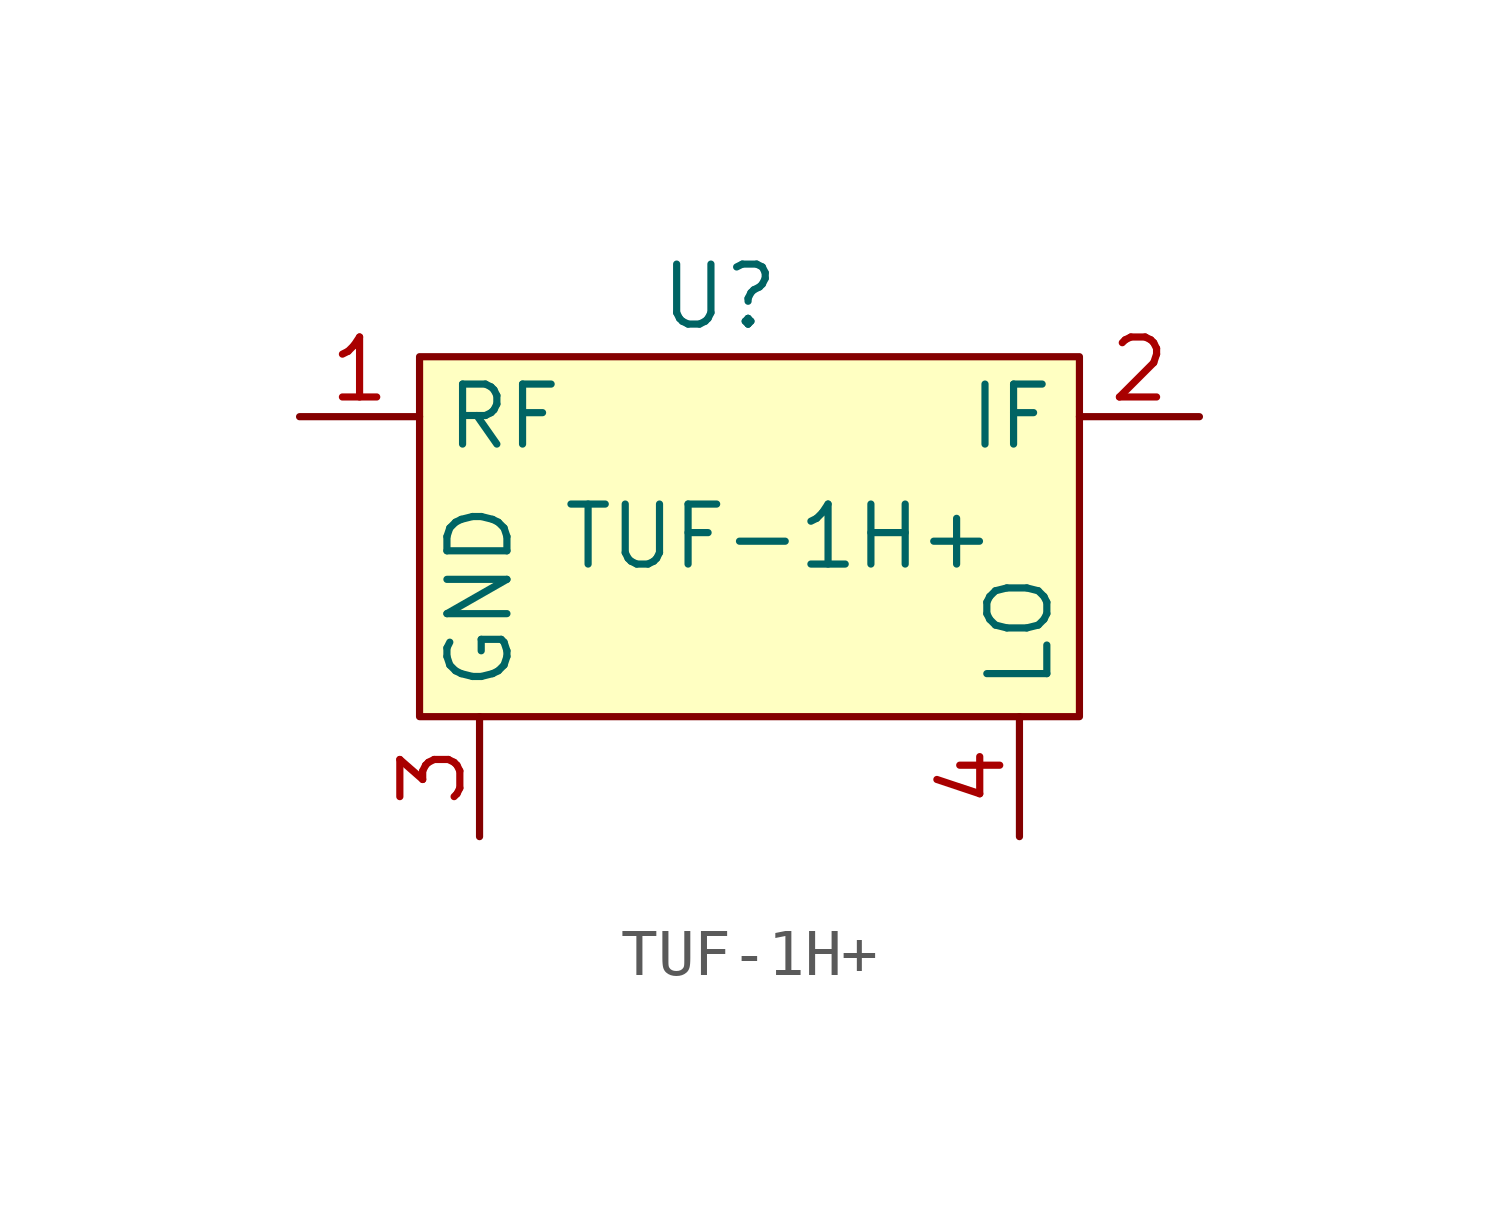
<source format=kicad_sym>
(kicad_symbol_lib
  (version 20220914)
  (generator kicad_symbol_editor)
  (symbol "TUF-1H+"
    (property "Reference" "U"
      (at 0 5.08 0)
      (effects (font (size 1.27 1.27))))
    (property "Value" "TUF-1H+"
      (at 1.27 0 0)
      (effects (font (size 1.27 1.27))))
    (symbol "TUF-1H+_0_1"
      (rectangle (start -6.35 3.81) (end 7.62 -3.81) (stroke (width 0) (type default)) (fill (type background))))
    (symbol "TUF-1H+_1_1"
      (pin passive line (at -8.89 2.54 0) (length 2.54) (name "RF" (effects (font (size 1.27 1.27)))) (number "1" (effects (font (size 1.27 1.27)))))
      (pin passive line (at 10.16 2.54 180) (length 2.54) (name "IF" (effects (font (size 1.27 1.27)))) (number "2" (effects (font (size 1.27 1.27)))))
      (pin passive line (at -5.08 -6.35 90) (length 2.54) (name "GND" (effects (font (size 1.27 1.27)))) (number "3" (effects (font (size 1.27 1.27)))))
      (pin passive line (at 6.35 -6.35 90) (length 2.54) (name "LO" (effects (font (size 1.27 1.27)))) (number "4" (effects (font (size 1.27 1.27))))))))
</source>
